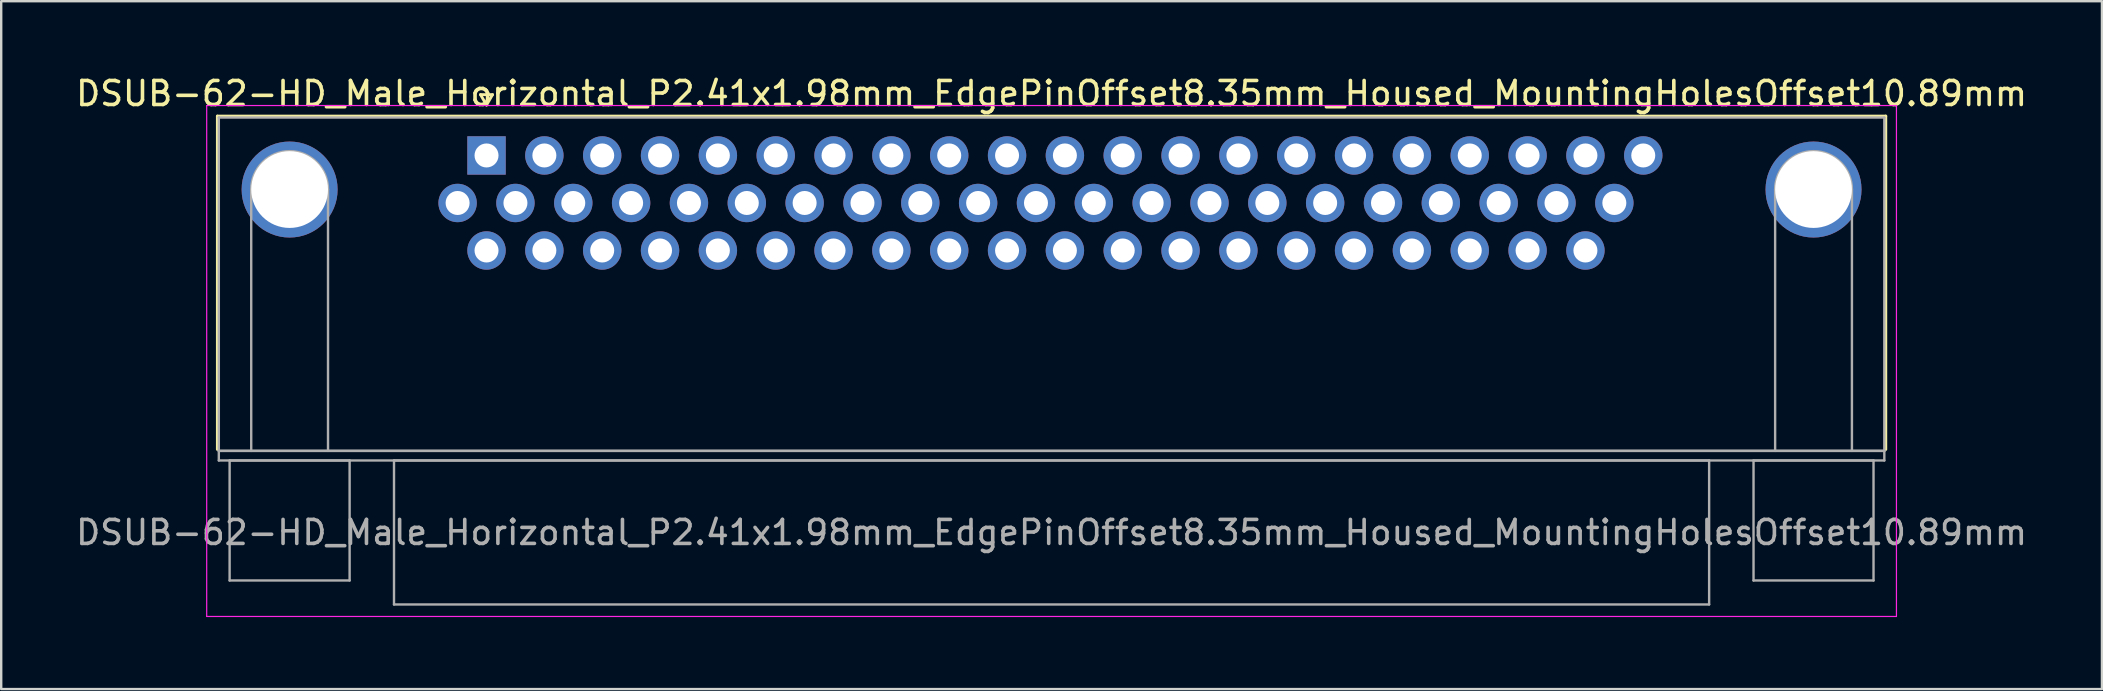
<source format=kicad_pcb>
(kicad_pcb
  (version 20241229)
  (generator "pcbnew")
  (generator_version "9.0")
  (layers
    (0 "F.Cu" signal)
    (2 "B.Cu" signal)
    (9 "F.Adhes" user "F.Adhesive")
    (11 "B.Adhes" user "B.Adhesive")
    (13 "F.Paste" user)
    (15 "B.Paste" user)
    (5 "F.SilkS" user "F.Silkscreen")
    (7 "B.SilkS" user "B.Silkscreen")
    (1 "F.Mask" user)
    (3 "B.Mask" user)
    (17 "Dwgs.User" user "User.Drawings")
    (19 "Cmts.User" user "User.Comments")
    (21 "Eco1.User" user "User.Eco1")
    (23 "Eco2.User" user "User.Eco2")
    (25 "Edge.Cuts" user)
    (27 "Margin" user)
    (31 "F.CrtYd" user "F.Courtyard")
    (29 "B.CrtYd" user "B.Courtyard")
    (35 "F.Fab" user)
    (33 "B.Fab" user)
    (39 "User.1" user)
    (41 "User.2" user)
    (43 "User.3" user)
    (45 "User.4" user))
  (footprint "DSUB-62-HD_Male_Horizontal_P2.41x1.98mm_EdgePinOffset8.35mm_Housed_MountingHolesOffset10.89mm"
    (layer "F.Cu")
    (at 17.223 3.428)
    (property "Reference" "DSUB-62-HD_Male_Horizontal_P2.41x1.98mm_EdgePinOffset8.35mm_Housed_MountingHolesOffset10.89mm" (at 23.545 -2.58 0) (layer "F.SilkS") (effects (font (size 1 1) (thickness 0.15))))
    (attr through_hole)
    (fp_line (start -11.215 -1.64) (end 58.305 -1.64) (stroke (width 0.12) (type solid)) (layer "F.SilkS"))
    (fp_line (start -11.215 12.25) (end -11.215 -1.64) (stroke (width 0.12) (type solid)) (layer "F.SilkS"))
    (fp_line (start -0.25 -2.534) (end 0.25 -2.534) (stroke (width 0.12) (type solid)) (layer "F.SilkS"))
    (fp_line (start 0 -2.101) (end -0.25 -2.534) (stroke (width 0.12) (type solid)) (layer "F.SilkS"))
    (fp_line (start 0.25 -2.534) (end 0 -2.101) (stroke (width 0.12) (type solid)) (layer "F.SilkS"))
    (fp_line (start 58.305 -1.64) (end 58.305 12.25) (stroke (width 0.12) (type solid)) (layer "F.SilkS"))
    (fp_line (start -11.66 -2.08) (end -11.66 19.21) (stroke (width 0.05) (type solid)) (layer "F.CrtYd"))
    (fp_line (start -11.66 19.21) (end 58.75 19.21) (stroke (width 0.05) (type solid)) (layer "F.CrtYd"))
    (fp_line (start 58.75 -2.08) (end -11.66 -2.08) (stroke (width 0.05) (type solid)) (layer "F.CrtYd"))
    (fp_line (start 58.75 19.21) (end 58.75 -2.08) (stroke (width 0.05) (type solid)) (layer "F.CrtYd"))
    (fp_line (start -11.155 -1.58) (end -11.155 12.31) (stroke (width 0.1) (type solid)) (layer "F.Fab"))
    (fp_line (start -11.155 12.31) (end -11.155 12.71) (stroke (width 0.1) (type solid)) (layer "F.Fab"))
    (fp_line (start -11.155 12.31) (end 58.245 12.31) (stroke (width 0.1) (type solid)) (layer "F.Fab"))
    (fp_line (start -11.155 12.71) (end 58.245 12.71) (stroke (width 0.1) (type solid)) (layer "F.Fab"))
    (fp_line (start -10.705 12.71) (end -10.705 17.71) (stroke (width 0.1) (type solid)) (layer "F.Fab"))
    (fp_line (start -10.705 17.71) (end -5.705 17.71) (stroke (width 0.1) (type solid)) (layer "F.Fab"))
    (fp_line (start -9.805 12.31) (end -9.805 1.42) (stroke (width 0.1) (type solid)) (layer "F.Fab"))
    (fp_line (start -6.605 12.31) (end -6.605 1.42) (stroke (width 0.1) (type solid)) (layer "F.Fab"))
    (fp_line (start -5.705 12.71) (end -10.705 12.71) (stroke (width 0.1) (type solid)) (layer "F.Fab"))
    (fp_line (start -5.705 17.71) (end -5.705 12.71) (stroke (width 0.1) (type solid)) (layer "F.Fab"))
    (fp_line (start -3.855 12.71) (end -3.855 18.71) (stroke (width 0.1) (type solid)) (layer "F.Fab"))
    (fp_line (start -3.855 18.71) (end 50.945 18.71) (stroke (width 0.1) (type solid)) (layer "F.Fab"))
    (fp_line (start 50.945 12.71) (end -3.855 12.71) (stroke (width 0.1) (type solid)) (layer "F.Fab"))
    (fp_line (start 50.945 18.71) (end 50.945 12.71) (stroke (width 0.1) (type solid)) (layer "F.Fab"))
    (fp_line (start 52.795 12.71) (end 52.795 17.71) (stroke (width 0.1) (type solid)) (layer "F.Fab"))
    (fp_line (start 52.795 17.71) (end 57.795 17.71) (stroke (width 0.1) (type solid)) (layer "F.Fab"))
    (fp_line (start 53.695 12.31) (end 53.695 1.42) (stroke (width 0.1) (type solid)) (layer "F.Fab"))
    (fp_line (start 56.895 12.31) (end 56.895 1.42) (stroke (width 0.1) (type solid)) (layer "F.Fab"))
    (fp_line (start 57.795 12.71) (end 52.795 12.71) (stroke (width 0.1) (type solid)) (layer "F.Fab"))
    (fp_line (start 57.795 17.71) (end 57.795 12.71) (stroke (width 0.1) (type solid)) (layer "F.Fab"))
    (fp_line (start 58.245 -1.58) (end -11.155 -1.58) (stroke (width 0.1) (type solid)) (layer "F.Fab"))
    (fp_line (start 58.245 12.31) (end -11.155 12.31) (stroke (width 0.1) (type solid)) (layer "F.Fab"))
    (fp_line (start 58.245 12.31) (end 58.245 -1.58) (stroke (width 0.1) (type solid)) (layer "F.Fab"))
    (fp_line (start 58.245 12.71) (end 58.245 12.31) (stroke (width 0.1) (type solid)) (layer "F.Fab"))
    (fp_arc (start -9.805 1.42) (mid -8.205 -0.18) (end -6.605 1.42) (stroke (width 0.1) (type solid)) (layer "F.Fab"))
    (fp_arc (start 53.695 1.42) (mid 55.295 -0.18) (end 56.895 1.42) (stroke (width 0.1) (type solid)) (layer "F.Fab"))
    (fp_text user "${REFERENCE}" (at 23.545 15.71 0) (layer "F.Fab") (effects (font (size 1 1) (thickness 0.15))))
    (pad "0" thru_hole circle (at -8.205 1.42) (size 4 4) (drill 3.2) (layers "*.Cu" "*.Mask"))
    (pad "0" thru_hole circle (at 55.295 1.42) (size 4 4) (drill 3.2) (layers "*.Cu" "*.Mask"))
    (pad "1" thru_hole rect (at 0 0) (size 1.6 1.6) (drill 1) (layers "*.Cu" "*.Mask"))
    (pad "2" thru_hole circle (at 2.41 0) (size 1.6 1.6) (drill 1) (layers "*.Cu" "*.Mask"))
    (pad "3" thru_hole circle (at 4.82 0) (size 1.6 1.6) (drill 1) (layers "*.Cu" "*.Mask"))
    (pad "4" thru_hole circle (at 7.23 0) (size 1.6 1.6) (drill 1) (layers "*.Cu" "*.Mask"))
    (pad "5" thru_hole circle (at 9.64 0) (size 1.6 1.6) (drill 1) (layers "*.Cu" "*.Mask"))
    (pad "6" thru_hole circle (at 12.05 0) (size 1.6 1.6) (drill 1) (layers "*.Cu" "*.Mask"))
    (pad "7" thru_hole circle (at 14.46 0) (size 1.6 1.6) (drill 1) (layers "*.Cu" "*.Mask"))
    (pad "8" thru_hole circle (at 16.87 0) (size 1.6 1.6) (drill 1) (layers "*.Cu" "*.Mask"))
    (pad "9" thru_hole circle (at 19.28 0) (size 1.6 1.6) (drill 1) (layers "*.Cu" "*.Mask"))
    (pad "10" thru_hole circle (at 21.69 0) (size 1.6 1.6) (drill 1) (layers "*.Cu" "*.Mask"))
    (pad "11" thru_hole circle (at 24.1 0) (size 1.6 1.6) (drill 1) (layers "*.Cu" "*.Mask"))
    (pad "12" thru_hole circle (at 26.51 0) (size 1.6 1.6) (drill 1) (layers "*.Cu" "*.Mask"))
    (pad "13" thru_hole circle (at 28.92 0) (size 1.6 1.6) (drill 1) (layers "*.Cu" "*.Mask"))
    (pad "14" thru_hole circle (at 31.33 0) (size 1.6 1.6) (drill 1) (layers "*.Cu" "*.Mask"))
    (pad "15" thru_hole circle (at 33.74 0) (size 1.6 1.6) (drill 1) (layers "*.Cu" "*.Mask"))
    (pad "16" thru_hole circle (at 36.15 0) (size 1.6 1.6) (drill 1) (layers "*.Cu" "*.Mask"))
    (pad "17" thru_hole circle (at 38.56 0) (size 1.6 1.6) (drill 1) (layers "*.Cu" "*.Mask"))
    (pad "18" thru_hole circle (at 40.97 0) (size 1.6 1.6) (drill 1) (layers "*.Cu" "*.Mask"))
    (pad "19" thru_hole circle (at 43.38 0) (size 1.6 1.6) (drill 1) (layers "*.Cu" "*.Mask"))
    (pad "20" thru_hole circle (at 45.79 0) (size 1.6 1.6) (drill 1) (layers "*.Cu" "*.Mask"))
    (pad "21" thru_hole circle (at 48.2 0) (size 1.6 1.6) (drill 1) (layers "*.Cu" "*.Mask"))
    (pad "22" thru_hole circle (at -1.205 1.98) (size 1.6 1.6) (drill 1) (layers "*.Cu" "*.Mask"))
    (pad "23" thru_hole circle (at 1.205 1.98) (size 1.6 1.6) (drill 1) (layers "*.Cu" "*.Mask"))
    (pad "24" thru_hole circle (at 3.615 1.98) (size 1.6 1.6) (drill 1) (layers "*.Cu" "*.Mask"))
    (pad "25" thru_hole circle (at 6.025 1.98) (size 1.6 1.6) (drill 1) (layers "*.Cu" "*.Mask"))
    (pad "26" thru_hole circle (at 8.435 1.98) (size 1.6 1.6) (drill 1) (layers "*.Cu" "*.Mask"))
    (pad "27" thru_hole circle (at 10.845 1.98) (size 1.6 1.6) (drill 1) (layers "*.Cu" "*.Mask"))
    (pad "28" thru_hole circle (at 13.255 1.98) (size 1.6 1.6) (drill 1) (layers "*.Cu" "*.Mask"))
    (pad "29" thru_hole circle (at 15.665 1.98) (size 1.6 1.6) (drill 1) (layers "*.Cu" "*.Mask"))
    (pad "30" thru_hole circle (at 18.075 1.98) (size 1.6 1.6) (drill 1) (layers "*.Cu" "*.Mask"))
    (pad "31" thru_hole circle (at 20.485 1.98) (size 1.6 1.6) (drill 1) (layers "*.Cu" "*.Mask"))
    (pad "32" thru_hole circle (at 22.895 1.98) (size 1.6 1.6) (drill 1) (layers "*.Cu" "*.Mask"))
    (pad "33" thru_hole circle (at 25.305 1.98) (size 1.6 1.6) (drill 1) (layers "*.Cu" "*.Mask"))
    (pad "34" thru_hole circle (at 27.715 1.98) (size 1.6 1.6) (drill 1) (layers "*.Cu" "*.Mask"))
    (pad "35" thru_hole circle (at 30.125 1.98) (size 1.6 1.6) (drill 1) (layers "*.Cu" "*.Mask"))
    (pad "36" thru_hole circle (at 32.535 1.98) (size 1.6 1.6) (drill 1) (layers "*.Cu" "*.Mask"))
    (pad "37" thru_hole circle (at 34.945 1.98) (size 1.6 1.6) (drill 1) (layers "*.Cu" "*.Mask"))
    (pad "38" thru_hole circle (at 37.355 1.98) (size 1.6 1.6) (drill 1) (layers "*.Cu" "*.Mask"))
    (pad "39" thru_hole circle (at 39.765 1.98) (size 1.6 1.6) (drill 1) (layers "*.Cu" "*.Mask"))
    (pad "40" thru_hole circle (at 42.175 1.98) (size 1.6 1.6) (drill 1) (layers "*.Cu" "*.Mask"))
    (pad "41" thru_hole circle (at 44.585 1.98) (size 1.6 1.6) (drill 1) (layers "*.Cu" "*.Mask"))
    (pad "42" thru_hole circle (at 46.995 1.98) (size 1.6 1.6) (drill 1) (layers "*.Cu" "*.Mask"))
    (pad "43" thru_hole circle (at 0 3.96) (size 1.6 1.6) (drill 1) (layers "*.Cu" "*.Mask"))
    (pad "44" thru_hole circle (at 2.41 3.96) (size 1.6 1.6) (drill 1) (layers "*.Cu" "*.Mask"))
    (pad "45" thru_hole circle (at 4.82 3.96) (size 1.6 1.6) (drill 1) (layers "*.Cu" "*.Mask"))
    (pad "46" thru_hole circle (at 7.23 3.96) (size 1.6 1.6) (drill 1) (layers "*.Cu" "*.Mask"))
    (pad "47" thru_hole circle (at 9.64 3.96) (size 1.6 1.6) (drill 1) (layers "*.Cu" "*.Mask"))
    (pad "48" thru_hole circle (at 12.05 3.96) (size 1.6 1.6) (drill 1) (layers "*.Cu" "*.Mask"))
    (pad "49" thru_hole circle (at 14.46 3.96) (size 1.6 1.6) (drill 1) (layers "*.Cu" "*.Mask"))
    (pad "50" thru_hole circle (at 16.87 3.96) (size 1.6 1.6) (drill 1) (layers "*.Cu" "*.Mask"))
    (pad "51" thru_hole circle (at 19.28 3.96) (size 1.6 1.6) (drill 1) (layers "*.Cu" "*.Mask"))
    (pad "52" thru_hole circle (at 21.69 3.96) (size 1.6 1.6) (drill 1) (layers "*.Cu" "*.Mask"))
    (pad "53" thru_hole circle (at 24.1 3.96) (size 1.6 1.6) (drill 1) (layers "*.Cu" "*.Mask"))
    (pad "54" thru_hole circle (at 26.51 3.96) (size 1.6 1.6) (drill 1) (layers "*.Cu" "*.Mask"))
    (pad "55" thru_hole circle (at 28.92 3.96) (size 1.6 1.6) (drill 1) (layers "*.Cu" "*.Mask"))
    (pad "56" thru_hole circle (at 31.33 3.96) (size 1.6 1.6) (drill 1) (layers "*.Cu" "*.Mask"))
    (pad "57" thru_hole circle (at 33.74 3.96) (size 1.6 1.6) (drill 1) (layers "*.Cu" "*.Mask"))
    (pad "58" thru_hole circle (at 36.15 3.96) (size 1.6 1.6) (drill 1) (layers "*.Cu" "*.Mask"))
    (pad "59" thru_hole circle (at 38.56 3.96) (size 1.6 1.6) (drill 1) (layers "*.Cu" "*.Mask"))
    (pad "60" thru_hole circle (at 40.97 3.96) (size 1.6 1.6) (drill 1) (layers "*.Cu" "*.Mask"))
    (pad "61" thru_hole circle (at 43.38 3.96) (size 1.6 1.6) (drill 1) (layers "*.Cu" "*.Mask"))
    (pad "62" thru_hole circle (at 45.79 3.96) (size 1.6 1.6) (drill 1) (layers "*.Cu" "*.Mask")))
  (gr_rect
    (start -3 -3)
    (end 84.536 25.663)
    (stroke (width 0.1) (type default))
    (fill no)
    (layer "Edge.Cuts")))
</source>
